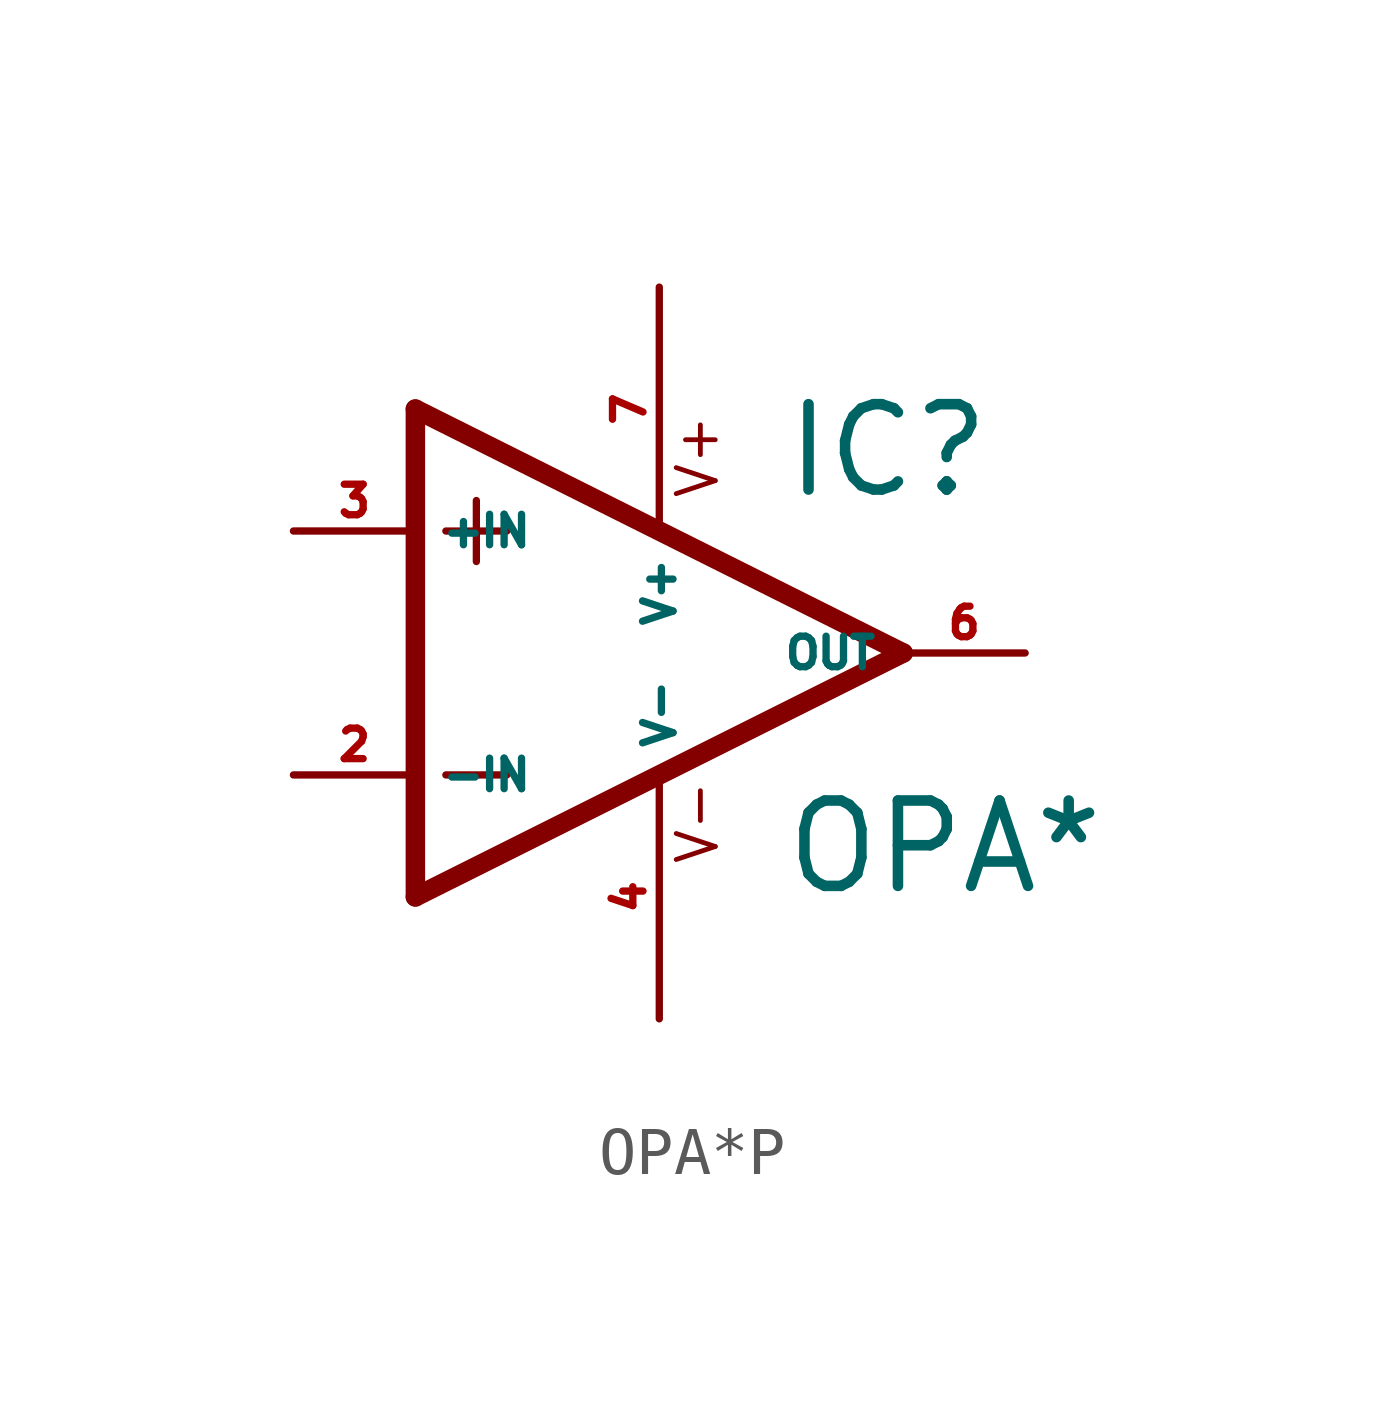
<source format=kicad_sym>
(kicad_symbol_lib
  (version 20220914)
  (generator Eagle2Kicad)
  (symbol "OPA*P"
    (property "Reference" "IC"
      (at 2.54 3.175 0)
      (effects (font (size 1.778 1.778) (thickness 0.22)) (justify left bottom)))
    (property "Value" "OPA*"
      (at 2.54 -5.08 0)
      (effects (font (size 1.778 1.778) (thickness 0.22)) (justify left bottom)))
    (polyline
      (pts (xy -5.08 5.08) (xy -5.08 -5.08))
      (stroke (width 0.406) (type default))
      (fill (type none)))
    (polyline
      (pts (xy -5.08 -5.08) (xy 5.08 0))
      (stroke (width 0.406) (type default))
      (fill (type none)))
    (polyline
      (pts (xy 5.08 0) (xy -5.08 5.08))
      (stroke (width 0.406) (type default))
      (fill (type none)))
    (polyline
      (pts (xy -3.81 3.175) (xy -3.81 1.905))
      (stroke (width 0.152) (type default))
      (fill (type none)))
    (polyline
      (pts (xy -4.445 2.54) (xy -3.175 2.54))
      (stroke (width 0.152) (type default))
      (fill (type none)))
    (polyline
      (pts (xy -4.445 -2.54) (xy -3.175 -2.54))
      (stroke (width 0.152) (type default))
      (fill (type none)))
    (text "V+"
      (at 1.27 3.175 900)
      (effects (font (size 0.813 0.813) (thickness 0.10)) (justify left bottom)))
    (text "V-"
      (at 1.27 -4.445 900)
      (effects (font (size 0.813 0.813) (thickness 0.10)) (justify left bottom)))
    (pin input line
      (at -7.62 -2.54 0)
      (length 2.54)
      (name "-IN" (effects (font (size 0.635 0.635) (thickness 0.08)) (justify left bottom)))
      (number "2" (effects (font (size 0.635 0.635) (thickness 0.08)) (justify left bottom))))
    (pin input line
      (at -7.62 2.54 0)
      (length 2.54)
      (name "+IN" (effects (font (size 0.635 0.635) (thickness 0.08)) (justify left bottom)))
      (number "3" (effects (font (size 0.635 0.635) (thickness 0.08)) (justify left bottom))))
    (pin output line
      (at 7.62 0 180)
      (length 2.54)
      (name "OUT" (effects (font (size 0.635 0.635) (thickness 0.08)) (justify left bottom)))
      (number "6" (effects (font (size 0.635 0.635) (thickness 0.08)) (justify left bottom))))
    (pin unspecified line
      (at 0 7.62 270)
      (length 5.08)
      (name "V+" (effects (font (size 0.635 0.635) (thickness 0.08)) (justify left bottom)))
      (number "7" (effects (font (size 0.635 0.635) (thickness 0.08)) (justify left bottom))))
    (pin unspecified line
      (at 0 -7.62 90)
      (length 5.08)
      (name "V-" (effects (font (size 0.635 0.635) (thickness 0.08)) (justify left bottom)))
      (number "4" (effects (font (size 0.635 0.635) (thickness 0.08)) (justify left bottom))))))
</source>
